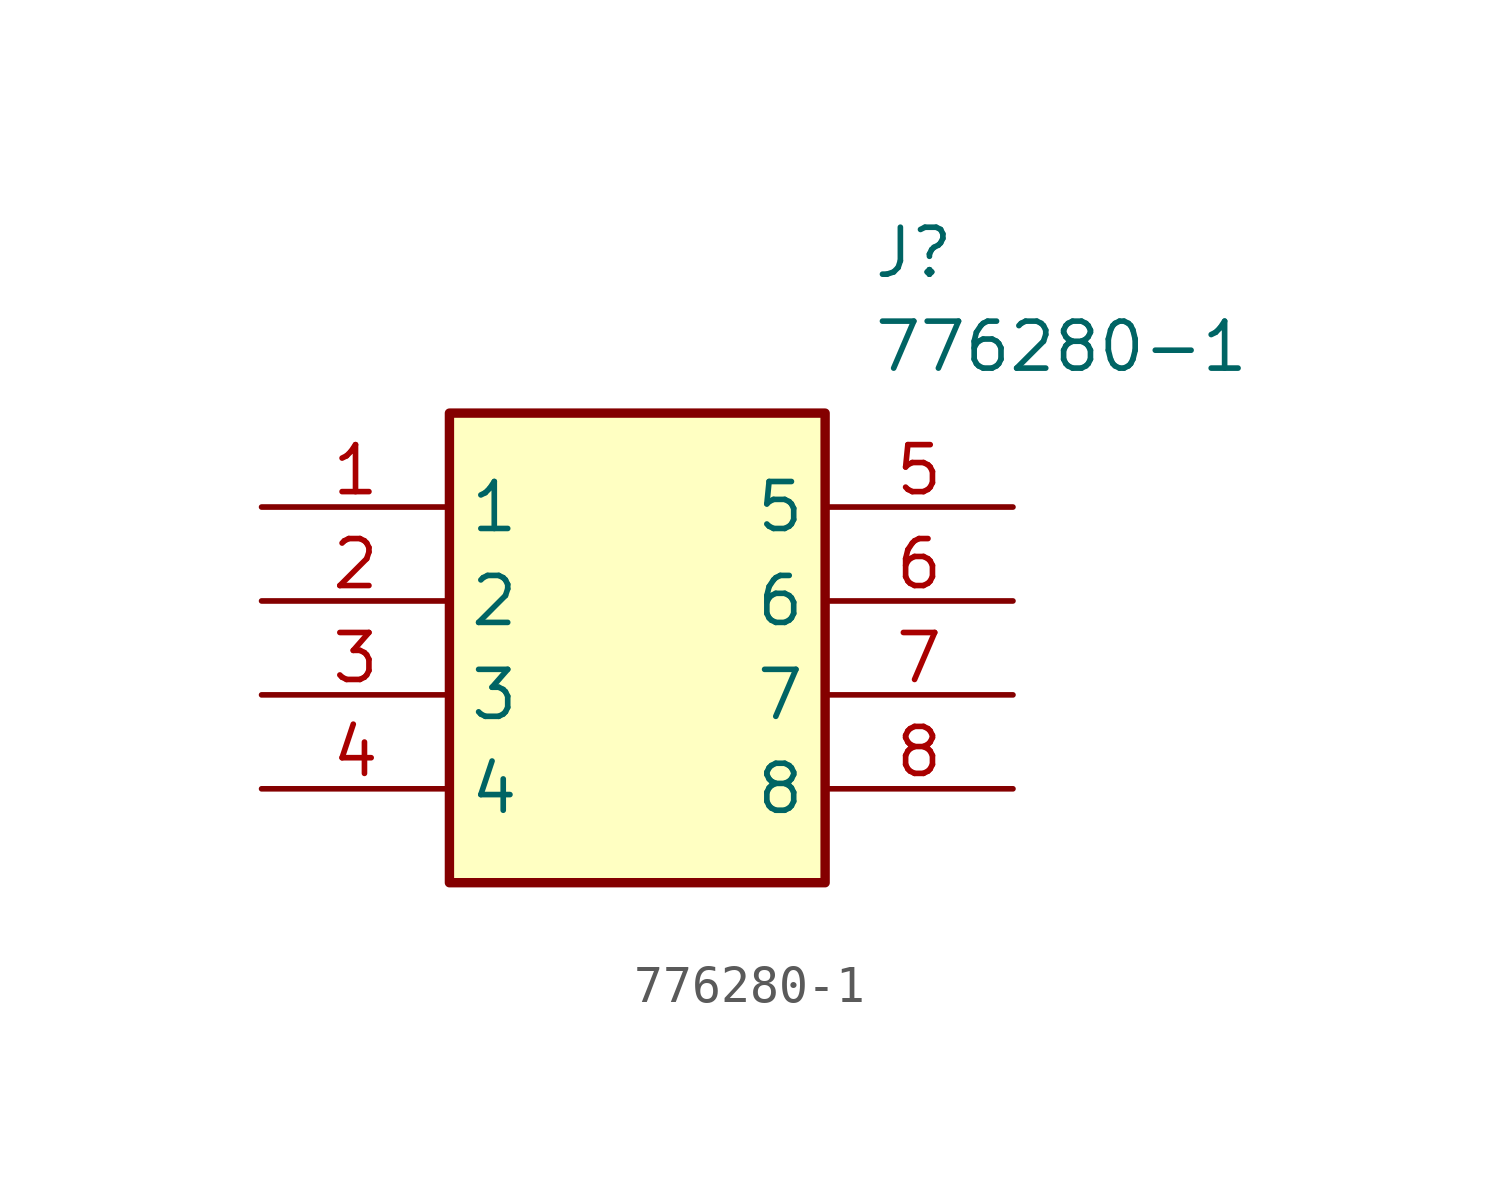
<source format=kicad_sym>
(kicad_symbol_lib
  (version 20211014)
  (generator SamacSys_ECAD_Model)
  (symbol "776280-1"
    (property "Reference" "J"
      (at 16.51 7.62 0)
      (effects (font (size 1.27 1.27)) (justify left top)))
    (property "Value" "776280-1"
      (at 16.51 5.08 0)
      (effects (font (size 1.27 1.27)) (justify left top)))
    (rectangle
      (start 5.08 2.54)
      (end 15.24 -10.16)
      (stroke (width 0.254) (type default))
      (fill (type background)))
    (pin passive line
      (at 0 0 0)
      (length 5.08)
      (name "1" (effects (font (size 1.27 1.27))))
      (number "1" (effects (font (size 1.27 1.27)))))
    (pin passive line
      (at 0 -2.54 0)
      (length 5.08)
      (name "2" (effects (font (size 1.27 1.27))))
      (number "2" (effects (font (size 1.27 1.27)))))
    (pin passive line
      (at 0 -5.08 0)
      (length 5.08)
      (name "3" (effects (font (size 1.27 1.27))))
      (number "3" (effects (font (size 1.27 1.27)))))
    (pin passive line
      (at 0 -7.62 0)
      (length 5.08)
      (name "4" (effects (font (size 1.27 1.27))))
      (number "4" (effects (font (size 1.27 1.27)))))
    (pin passive line
      (at 20.32 0 180)
      (length 5.08)
      (name "5" (effects (font (size 1.27 1.27))))
      (number "5" (effects (font (size 1.27 1.27)))))
    (pin passive line
      (at 20.32 -2.54 180)
      (length 5.08)
      (name "6" (effects (font (size 1.27 1.27))))
      (number "6" (effects (font (size 1.27 1.27)))))
    (pin passive line
      (at 20.32 -5.08 180)
      (length 5.08)
      (name "7" (effects (font (size 1.27 1.27))))
      (number "7" (effects (font (size 1.27 1.27)))))
    (pin passive line
      (at 20.32 -7.62 180)
      (length 5.08)
      (name "8" (effects (font (size 1.27 1.27))))
      (number "8" (effects (font (size 1.27 1.27)))))))
</source>
